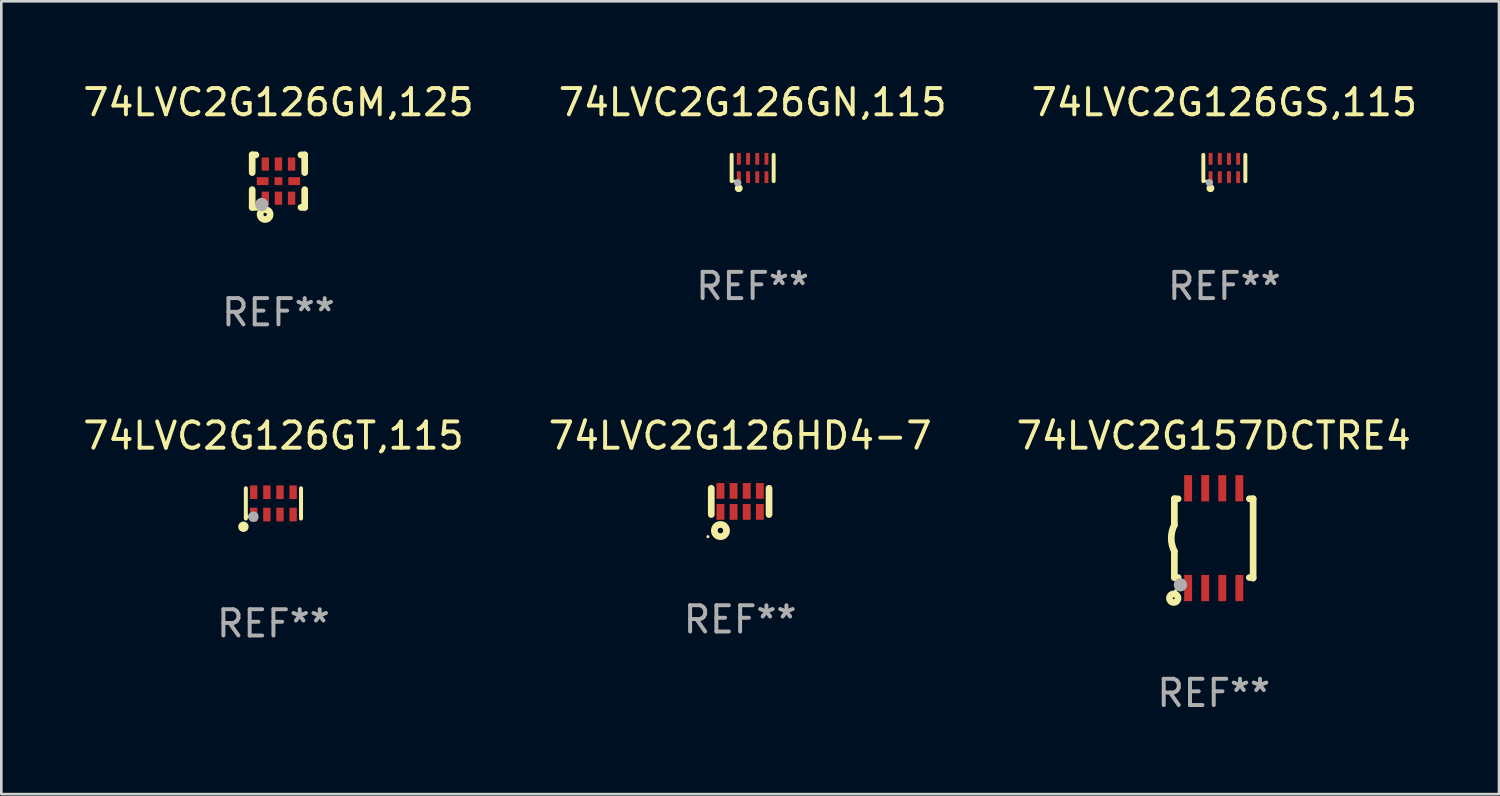
<source format=kicad_pcb>
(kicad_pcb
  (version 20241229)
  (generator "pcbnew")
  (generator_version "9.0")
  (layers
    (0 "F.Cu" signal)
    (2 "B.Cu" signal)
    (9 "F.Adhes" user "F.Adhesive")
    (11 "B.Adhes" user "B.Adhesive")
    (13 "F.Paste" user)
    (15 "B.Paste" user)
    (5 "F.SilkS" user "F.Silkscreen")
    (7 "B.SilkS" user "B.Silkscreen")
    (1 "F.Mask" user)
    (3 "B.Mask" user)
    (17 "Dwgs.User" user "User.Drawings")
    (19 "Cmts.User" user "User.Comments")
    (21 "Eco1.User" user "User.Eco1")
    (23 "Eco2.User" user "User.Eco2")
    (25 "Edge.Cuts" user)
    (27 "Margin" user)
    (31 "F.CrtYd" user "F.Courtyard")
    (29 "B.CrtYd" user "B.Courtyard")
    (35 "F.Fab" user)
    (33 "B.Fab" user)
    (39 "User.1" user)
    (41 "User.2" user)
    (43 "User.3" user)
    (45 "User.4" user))
  (footprint "74LVC2G126HD4-7"
    (layer "F.Cu")
    (at 25.137 16.045)
    (property "Reference" "74LVC2G126HD4-7" (at 0 -2.5 0) (layer "F.SilkS") (effects (font (size 1 1) (thickness 0.15))))
    (attr through_hole)
    (fp_line (start -1.1 -0.5) (end -1.1 0.5) (stroke (width 0.254) (type solid)) (layer "F.SilkS"))
    (fp_line (start 1.1 -0.5) (end 1.1 0.5) (stroke (width 0.254) (type solid)) (layer "F.SilkS"))
    (fp_circle (center -1.227 1.343) (end -1.197 1.343) (stroke (width 0.06) (type solid)) (fill no) (layer "F.SilkS"))
    (fp_circle (center -0.75 1.11) (end -0.644 1.11) (stroke (width 0.254) (type solid)) (fill no) (layer "F.SilkS"))
    (fp_text user "REF**" (at 0 4.5 0) (layer "F.Fab") (effects (font (size 1 1) (thickness 0.15))))
    (pad "1" smd rect (at -0.75 0.4) (size 0.3 0.6) (layers "F.Cu" "F.Mask" "F.Paste"))
    (pad "2" smd rect (at -0.25 0.4) (size 0.3 0.6) (layers "F.Cu" "F.Mask" "F.Paste"))
    (pad "3" smd rect (at 0.25 0.4) (size 0.3 0.6) (layers "F.Cu" "F.Mask" "F.Paste"))
    (pad "4" smd rect (at 0.75 0.4) (size 0.3 0.6) (layers "F.Cu" "F.Mask" "F.Paste"))
    (pad "5" smd rect (at 0.75 -0.4) (size 0.3 0.6) (layers "F.Cu" "F.Mask" "F.Paste"))
    (pad "6" smd rect (at 0.25 -0.4) (size 0.3 0.6) (layers "F.Cu" "F.Mask" "F.Paste"))
    (pad "7" smd rect (at -0.25 -0.4) (size 0.3 0.6) (layers "F.Cu" "F.Mask" "F.Paste"))
    (pad "8" smd rect (at -0.75 -0.4) (size 0.3 0.6) (layers "F.Cu" "F.Mask" "F.Paste")))
  (footprint "74LVC2G126GM,125"
    (layer "F.Cu")
    (at 7.554 3.848)
    (property "Reference" "74LVC2G126GM,125" (at 0 -3 0) (layer "F.SilkS") (effects (font (size 1 1) (thickness 0.15))))
    (attr through_hole)
    (fp_line (start -1 -1) (end -0.858 -1) (stroke (width 0.254) (type solid)) (layer "F.SilkS"))
    (fp_line (start -1 -0.325) (end -1 -1) (stroke (width 0.254) (type solid)) (layer "F.SilkS"))
    (fp_line (start -1 1) (end -1 0.325) (stroke (width 0.254) (type solid)) (layer "F.SilkS"))
    (fp_line (start -0.858 1) (end -1 1) (stroke (width 0.254) (type solid)) (layer "F.SilkS"))
    (fp_line (start 0.858 -1) (end 1 -1) (stroke (width 0.254) (type solid)) (layer "F.SilkS"))
    (fp_line (start 1 -1) (end 1 -0.325) (stroke (width 0.254) (type solid)) (layer "F.SilkS"))
    (fp_line (start 1 0.325) (end 1 1) (stroke (width 0.254) (type solid)) (layer "F.SilkS"))
    (fp_line (start 1 1) (end 0.858 1) (stroke (width 0.254) (type solid)) (layer "F.SilkS"))
    (fp_circle (center -0.8 0.8) (end -0.77 0.8) (stroke (width 0.06) (type solid)) (fill no) (layer "F.SilkS"))
    (fp_circle (center -0.508 1.27) (end -0.444 1.27) (stroke (width 0.254) (type solid)) (fill no) (layer "F.SilkS"))
    (fp_circle (center -0.635 0.889) (end -0.508 0.889) (stroke (width 0.254) (type solid)) (fill no) (layer "F.Fab"))
    (fp_text user "REF**" (at 0 5 0) (layer "F.Fab") (effects (font (size 1 1) (thickness 0.15))))
    (pad "1" smd rect (at -0.5 0.65 90) (size 0.5 0.28) (layers "F.Cu" "F.Mask" "F.Paste"))
    (pad "2" smd rect (at 0.000013 0.65 90) (size 0.5 0.28) (layers "F.Cu" "F.Mask" "F.Paste"))
    (pad "3" smd rect (at 0.5 0.65 90) (size 0.5 0.28) (layers "F.Cu" "F.Mask" "F.Paste"))
    (pad "4" smd rect (at 0.6 0.000076 180) (size 0.45 0.3) (layers "F.Cu" "F.Mask" "F.Paste"))
    (pad "5" smd rect (at 0.5 -0.65 90) (size 0.5 0.28) (layers "F.Cu" "F.Mask" "F.Paste"))
    (pad "6" smd rect (at 0.000013 -0.65 90) (size 0.5 0.28) (layers "F.Cu" "F.Mask" "F.Paste"))
    (pad "7" smd rect (at -0.5 -0.65 90) (size 0.5 0.28) (layers "F.Cu" "F.Mask" "F.Paste"))
    (pad "8" smd rect (at -0.6 0.000076 180) (size 0.45 0.3) (layers "F.Cu" "F.Mask" "F.Paste"))
    (pad "9" smd rect (at 0.000013 0.000076 180) (size 0.3 0.3) (layers "F.Cu" "F.Mask" "F.Paste")))
  (footprint "74LVC2G126GN,115"
    (layer "F.Cu")
    (at 25.613 3.348)
    (property "Reference" "74LVC2G126GN,115" (at 0 -2.5 0) (layer "F.SilkS") (effects (font (size 1 1) (thickness 0.15))))
    (attr through_hole)
    (fp_line (start -0.8 -0.5) (end -0.8 0.5) (stroke (width 0.15) (type solid)) (layer "F.SilkS"))
    (fp_line (start 0.8 -0.5) (end 0.8 0.5) (stroke (width 0.15) (type solid)) (layer "F.SilkS"))
    (fp_circle (center -0.7 0.5) (end -0.67 0.5) (stroke (width 0.06) (type solid)) (fill no) (layer "F.SilkS"))
    (fp_circle (center -0.53 0.77) (end -0.454 0.77) (stroke (width 0.15) (type solid)) (fill no) (layer "F.SilkS"))
    (fp_circle (center -0.57 0.56) (end -0.5 0.56) (stroke (width 0.14) (type solid)) (fill no) (layer "F.Fab"))
    (fp_text user "REF**" (at 0 4.5 0) (layer "F.Fab") (effects (font (size 1 1) (thickness 0.15))))
    (pad "1" smd rect (at -0.525 0.35) (size 0.15 0.45) (layers "F.Cu" "F.Mask" "F.Paste"))
    (pad "2" smd rect (at -0.175 0.35) (size 0.15 0.45) (layers "F.Cu" "F.Mask" "F.Paste"))
    (pad "3" smd rect (at 0.175 0.35) (size 0.15 0.45) (layers "F.Cu" "F.Mask" "F.Paste"))
    (pad "4" smd rect (at 0.525 0.35) (size 0.15 0.45) (layers "F.Cu" "F.Mask" "F.Paste"))
    (pad "5" smd rect (at 0.525 -0.35) (size 0.15 0.45) (layers "F.Cu" "F.Mask" "F.Paste"))
    (pad "6" smd rect (at 0.175 -0.35) (size 0.15 0.45) (layers "F.Cu" "F.Mask" "F.Paste"))
    (pad "7" smd rect (at -0.175 -0.35) (size 0.15 0.45) (layers "F.Cu" "F.Mask" "F.Paste"))
    (pad "8" smd rect (at -0.525 -0.35) (size 0.15 0.45) (layers "F.Cu" "F.Mask" "F.Paste")))
  (footprint "74LVC2G126GS,115"
    (layer "F.Cu")
    (at 43.577 3.348)
    (property "Reference" "74LVC2G126GS,115" (at 0 -2.5 0) (layer "F.SilkS") (effects (font (size 1 1) (thickness 0.15))))
    (attr through_hole)
    (fp_line (start -0.8 -0.5) (end -0.8 0.5) (stroke (width 0.15) (type solid)) (layer "F.SilkS"))
    (fp_line (start 0.8 -0.5) (end 0.8 0.5) (stroke (width 0.15) (type solid)) (layer "F.SilkS"))
    (fp_circle (center -0.7 0.5) (end -0.67 0.5) (stroke (width 0.06) (type solid)) (fill no) (layer "F.SilkS"))
    (fp_circle (center -0.53 0.77) (end -0.454 0.77) (stroke (width 0.15) (type solid)) (fill no) (layer "F.SilkS"))
    (fp_circle (center -0.57 0.56) (end -0.5 0.56) (stroke (width 0.14) (type solid)) (fill no) (layer "F.Fab"))
    (fp_text user "REF**" (at 0 4.5 0) (layer "F.Fab") (effects (font (size 1 1) (thickness 0.15))))
    (pad "1" smd rect (at -0.525 0.35) (size 0.15 0.45) (layers "F.Cu" "F.Mask" "F.Paste"))
    (pad "2" smd rect (at -0.175 0.35) (size 0.15 0.45) (layers "F.Cu" "F.Mask" "F.Paste"))
    (pad "3" smd rect (at 0.175 0.35) (size 0.15 0.45) (layers "F.Cu" "F.Mask" "F.Paste"))
    (pad "4" smd rect (at 0.525 0.35) (size 0.15 0.45) (layers "F.Cu" "F.Mask" "F.Paste"))
    (pad "5" smd rect (at 0.525 -0.35) (size 0.15 0.45) (layers "F.Cu" "F.Mask" "F.Paste"))
    (pad "6" smd rect (at 0.175 -0.35) (size 0.15 0.45) (layers "F.Cu" "F.Mask" "F.Paste"))
    (pad "7" smd rect (at -0.175 -0.35) (size 0.15 0.45) (layers "F.Cu" "F.Mask" "F.Paste"))
    (pad "8" smd rect (at -0.525 -0.35) (size 0.15 0.45) (layers "F.Cu" "F.Mask" "F.Paste")))
  (footprint "74LVC2G157DCTRE4"
    (layer "F.Cu")
    (at 43.173 17.445)
    (property "Reference" "74LVC2G157DCTRE4" (at 0 -3.9 0) (layer "F.SilkS") (effects (font (size 1 1) (thickness 0.15))))
    (attr through_hole)
    (fp_line (start -1.5 -1.5) (end -1.5 -0.5) (stroke (width 0.254) (type solid)) (layer "F.SilkS"))
    (fp_line (start -1.5 -1.5) (end -1.356 -1.5) (stroke (width 0.254) (type solid)) (layer "F.SilkS"))
    (fp_line (start -1.5 1.5) (end -1.5 0.5) (stroke (width 0.254) (type solid)) (layer "F.SilkS"))
    (fp_line (start -1.5 1.5) (end -1.356 1.5) (stroke (width 0.254) (type solid)) (layer "F.SilkS"))
    (fp_line (start 1.356 -1.5) (end 1.5 -1.5) (stroke (width 0.254) (type solid)) (layer "F.SilkS"))
    (fp_line (start 1.356 1.5) (end 1.5 1.5) (stroke (width 0.254) (type solid)) (layer "F.SilkS"))
    (fp_line (start 1.5 -1.5) (end 1.5 1.524) (stroke (width 0.254) (type solid)) (layer "F.SilkS"))
    (fp_arc (start -1.500203 0.499111) (mid -1.618067 -0.000494) (end -1.5 -0.500051) (stroke (width 0.254001) (type solid)) (layer "F.SilkS"))
    (fp_circle (center -1.524 2.286) (end -1.488 2.286) (stroke (width 0.254) (type solid)) (fill no) (layer "F.SilkS"))
    (fp_circle (center -1.45 2) (end -1.42 2) (stroke (width 0.06) (type solid)) (fill no) (layer "F.SilkS"))
    (fp_circle (center -1.27 1.778) (end -1.143 1.778) (stroke (width 0.254) (type solid)) (fill no) (layer "F.Fab"))
    (fp_text user "REF**" (at 0 5.9 0) (layer "F.Fab") (effects (font (size 1 1) (thickness 0.15))))
    (pad "1" smd rect (at -0.975 1.9) (size 0.3 1) (layers "F.Cu" "F.Mask" "F.Paste"))
    (pad "2" smd rect (at -0.325 1.9) (size 0.3 1) (layers "F.Cu" "F.Mask" "F.Paste"))
    (pad "3" smd rect (at 0.325 1.9) (size 0.3 1) (layers "F.Cu" "F.Mask" "F.Paste"))
    (pad "4" smd rect (at 0.975 1.9) (size 0.3 1) (layers "F.Cu" "F.Mask" "F.Paste"))
    (pad "5" smd rect (at 0.975 -1.9) (size 0.3 1) (layers "F.Cu" "F.Mask" "F.Paste"))
    (pad "6" smd rect (at 0.325 -1.9) (size 0.3 1) (layers "F.Cu" "F.Mask" "F.Paste"))
    (pad "7" smd rect (at -0.325 -1.9) (size 0.3 1) (layers "F.Cu" "F.Mask" "F.Paste"))
    (pad "8" smd rect (at -0.975 -1.9) (size 0.3 1) (layers "F.Cu" "F.Mask" "F.Paste")))
  (footprint "74LVC2G126GT,115"
    (layer "F.Cu")
    (at 7.363 16.121)
    (property "Reference" "74LVC2G126GT,115" (at 0 -2.576 0) (layer "F.SilkS") (effects (font (size 1 1) (thickness 0.15))))
    (attr through_hole)
    (fp_line (start -1.051 0.576) (end -1.051 -0.576) (stroke (width 0.152) (type solid)) (layer "F.SilkS"))
    (fp_line (start 1.051 -0.576) (end 1.051 0.576) (stroke (width 0.152) (type solid)) (layer "F.SilkS"))
    (fp_circle (center -1.143 0.889) (end -1.043 0.889) (stroke (width 0.2) (type solid)) (fill no) (layer "F.SilkS"))
    (fp_circle (center -0.975 0.5) (end -0.945 0.5) (stroke (width 0.06) (type solid)) (fill no) (layer "F.SilkS"))
    (fp_circle (center -0.762 0.508) (end -0.662 0.508) (stroke (width 0.2) (type solid)) (fill no) (layer "F.Fab"))
    (fp_text user "REF**" (at 0 4.576 0) (layer "F.Fab") (effects (font (size 1 1) (thickness 0.15))))
    (pad "1" smd rect (at -0.75 0.425) (size 0.28 0.521) (layers "F.Cu" "F.Mask" "F.Paste"))
    (pad "2" smd rect (at -0.25 0.425) (size 0.28 0.521) (layers "F.Cu" "F.Mask" "F.Paste"))
    (pad "3" smd rect (at 0.25 0.425) (size 0.28 0.521) (layers "F.Cu" "F.Mask" "F.Paste"))
    (pad "4" smd rect (at 0.75 0.425) (size 0.28 0.521) (layers "F.Cu" "F.Mask" "F.Paste"))
    (pad "5" smd rect (at 0.75 -0.425) (size 0.28 0.521) (layers "F.Cu" "F.Mask" "F.Paste"))
    (pad "6" smd rect (at 0.25 -0.425) (size 0.28 0.521) (layers "F.Cu" "F.Mask" "F.Paste"))
    (pad "7" smd rect (at -0.25 -0.425) (size 0.28 0.521) (layers "F.Cu" "F.Mask" "F.Paste"))
    (pad "8" smd rect (at -0.75 -0.425) (size 0.28 0.521) (layers "F.Cu" "F.Mask" "F.Paste")))
  (gr_rect
    (start -3 -3)
    (end 54.036 27.193)
    (stroke (width 0.1) (type default))
    (fill no)
    (layer "Edge.Cuts")))
</source>
